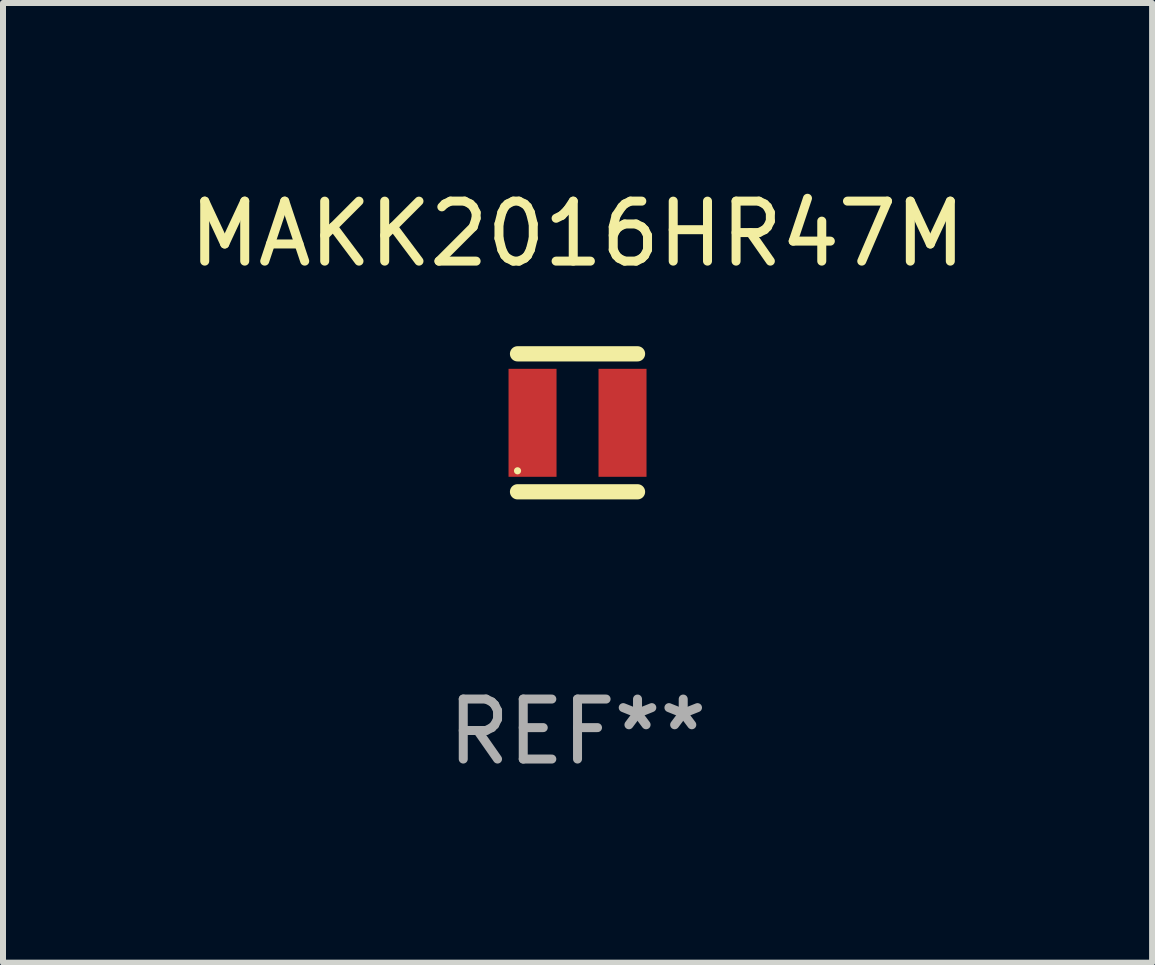
<source format=kicad_pcb>
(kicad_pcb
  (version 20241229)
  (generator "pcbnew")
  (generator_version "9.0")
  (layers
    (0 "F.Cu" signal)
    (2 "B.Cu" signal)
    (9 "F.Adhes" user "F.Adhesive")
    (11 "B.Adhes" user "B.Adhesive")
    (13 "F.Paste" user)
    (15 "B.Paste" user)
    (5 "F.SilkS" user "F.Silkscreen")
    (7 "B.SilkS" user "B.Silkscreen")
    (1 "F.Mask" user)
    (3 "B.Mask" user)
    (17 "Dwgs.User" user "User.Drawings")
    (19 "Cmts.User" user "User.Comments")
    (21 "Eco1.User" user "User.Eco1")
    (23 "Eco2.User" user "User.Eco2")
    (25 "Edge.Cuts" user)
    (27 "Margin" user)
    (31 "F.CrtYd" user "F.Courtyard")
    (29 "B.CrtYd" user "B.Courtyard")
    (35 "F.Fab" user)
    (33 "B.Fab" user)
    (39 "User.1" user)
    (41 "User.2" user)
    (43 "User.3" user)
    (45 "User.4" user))
  (footprint "MAKK2016HR47M"
    (layer "F.Cu")
    (at 6.577 3.998)
    (property "Reference" "MAKK2016HR47M" (at 0 -3.15 0) (layer "F.SilkS") (effects (font (size 1 1) (thickness 0.15))))
    (attr through_hole)
    (fp_line (start -1 -1.15) (end 1 -1.15) (stroke (width 0.254) (type solid)) (layer "F.SilkS"))
    (fp_line (start 1 1.15) (end -1 1.15) (stroke (width 0.254) (type solid)) (layer "F.SilkS"))
    (fp_circle (center -1 0.8) (end -0.97 0.8) (stroke (width 0.06) (type solid)) (fill no) (layer "F.SilkS"))
    (fp_text user "REF**" (at 0 5.15 0) (layer "F.Fab") (effects (font (size 1 1) (thickness 0.15))))
    (pad "1" smd rect (at -0.75 0 90) (size 1.8 0.8) (layers "F.Cu" "F.Mask" "F.Paste"))
    (pad "2" smd rect (at 0.75 0 90) (size 1.8 0.8) (layers "F.Cu" "F.Mask" "F.Paste")))
  (gr_rect
    (start -3 -3)
    (end 16.155 12.997)
    (stroke (width 0.1) (type default))
    (fill no)
    (layer "Edge.Cuts")))
</source>
